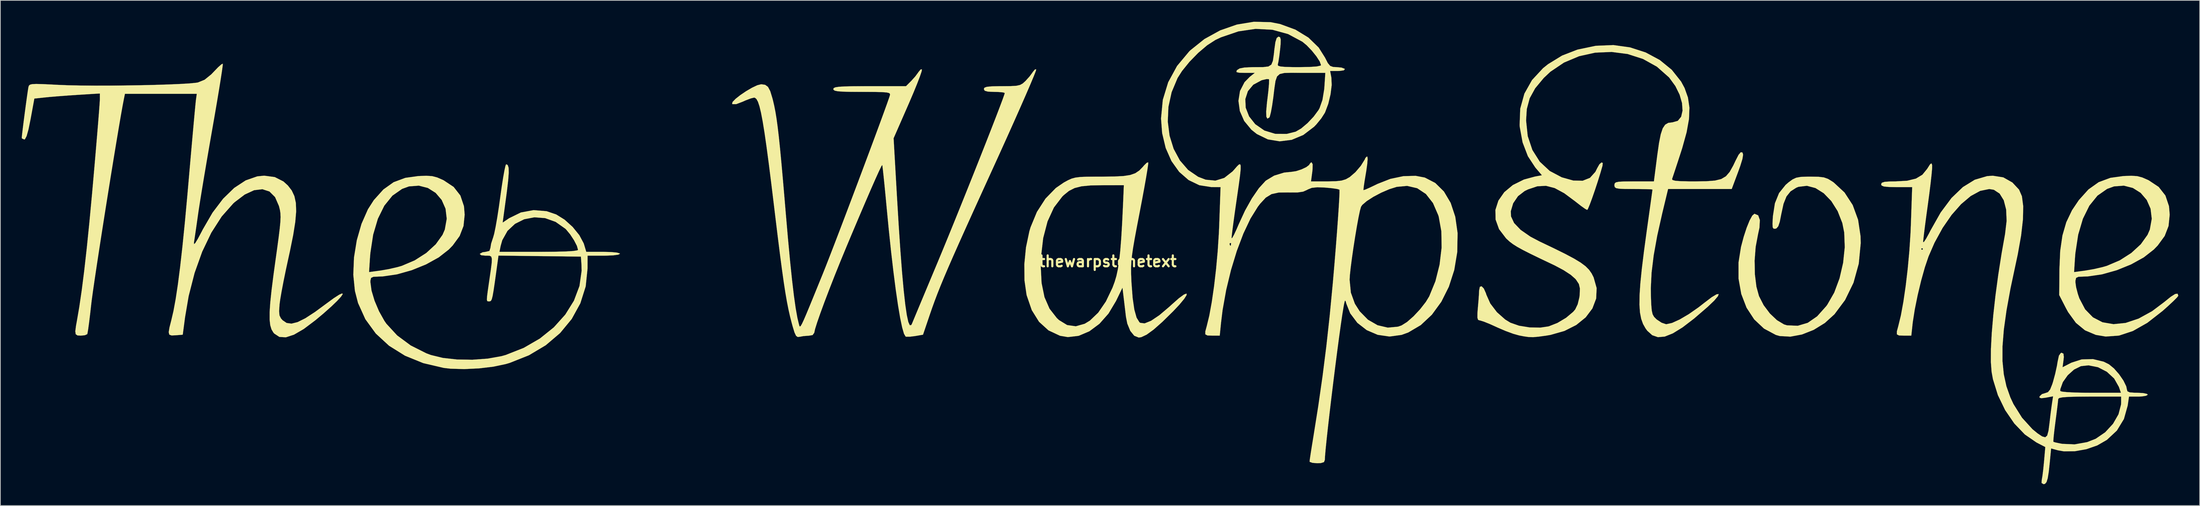
<source format=kicad_pcb>
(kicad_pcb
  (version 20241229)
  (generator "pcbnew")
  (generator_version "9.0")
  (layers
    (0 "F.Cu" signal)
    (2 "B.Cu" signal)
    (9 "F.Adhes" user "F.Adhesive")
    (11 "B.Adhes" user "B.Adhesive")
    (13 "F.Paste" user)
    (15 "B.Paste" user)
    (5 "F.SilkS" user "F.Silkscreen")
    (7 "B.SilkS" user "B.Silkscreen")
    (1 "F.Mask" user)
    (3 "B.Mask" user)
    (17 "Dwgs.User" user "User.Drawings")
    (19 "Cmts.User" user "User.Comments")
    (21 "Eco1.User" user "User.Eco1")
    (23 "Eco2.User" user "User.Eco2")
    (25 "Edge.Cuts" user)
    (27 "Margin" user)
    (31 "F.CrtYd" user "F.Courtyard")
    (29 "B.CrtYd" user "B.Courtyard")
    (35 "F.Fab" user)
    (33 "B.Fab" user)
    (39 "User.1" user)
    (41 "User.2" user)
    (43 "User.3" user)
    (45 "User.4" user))
  (footprint "thewarpstonetext"
    (layer "F.Cu")
    (at 152.405 33.648)
    (property "Reference" "thewarpstonetext" (at 0 0 0) (layer "F.SilkS") (effects (font (size 1.524 1.524) (thickness 0.3))))
    (attr through_hole)
    (fp_poly (pts (xy 99.76 -11.878) (xy 100.514 -11.788) (xy 101.103 -11.579) (xy 101.714 -11.205) (xy 101.908 -11.069) (xy 103.419 -9.669) (xy 104.564 -7.91) (xy 105.321 -5.839) (xy 105.669 -3.505) (xy 105.689 -2.54) (xy 105.413 0.327) (xy 104.675 3) (xy 103.493 5.427) (xy 102.008 7.422) (xy 100.654 8.651) (xy 99.095 9.612) (xy 97.445 10.264) (xy 95.817 10.568) (xy 94.325 10.483) (xy 93.779 10.327) (xy 92.118 9.439) (xy 90.74 8.144) (xy 89.669 6.506) (xy 88.93 4.584) (xy 88.547 2.441) (xy 88.545 0.139) (xy 88.889 -2.023) (xy 89.267 -3.446) (xy 89.681 -4.715) (xy 90.096 -5.738) (xy 90.472 -6.426) (xy 90.775 -6.684) (xy 90.781 -6.684) (xy 91.301 -6.461) (xy 91.535 -5.804) (xy 91.478 -4.733) (xy 91.276 -3.794) (xy 90.945 -2.033) (xy 90.799 -0.108) (xy 90.835 1.813) (xy 91.051 3.557) (xy 91.413 4.876) (xy 92.067 6.155) (xy 92.945 7.322) (xy 93.936 8.26) (xy 94.929 8.855) (xy 95.343 8.979) (xy 96.856 9.043) (xy 98.255 8.629) (xy 99.573 7.719) (xy 100.847 6.295) (xy 101.006 6.078) (xy 101.974 4.386) (xy 102.722 2.376) (xy 103.224 0.199) (xy 103.452 -1.991) (xy 103.377 -4.042) (xy 103.112 -5.379) (xy 102.452 -7.058) (xy 101.561 -8.47) (xy 100.502 -9.565) (xy 99.338 -10.296) (xy 98.133 -10.613) (xy 96.951 -10.468) (xy 96.637 -10.34) (xy 95.842 -9.831) (xy 95.269 -9.114) (xy 94.855 -8.081) (xy 94.54 -6.628) (xy 94.331 -5.564) (xy 94.12 -4.933) (xy 93.867 -4.637) (xy 93.724 -4.585) (xy 93.472 -4.584) (xy 93.34 -4.773) (xy 93.309 -5.262) (xy 93.355 -6.157) (xy 93.369 -6.356) (xy 93.649 -8.159) (xy 94.228 -9.588) (xy 95.151 -10.74) (xy 95.542 -11.079) (xy 96.112 -11.498) (xy 96.632 -11.743) (xy 97.276 -11.861) (xy 98.219 -11.896) (xy 98.657 -11.898) (xy 99.76 -11.878)) (stroke (width 0.01) (type solid)) (fill yes) (layer "F.SilkS"))
    (fp_poly (pts (xy 144.493 -11.967) (xy 145.199 -11.782) (xy 146.006 -11.429) (xy 146.112 -11.377) (xy 147.508 -10.45) (xy 148.451 -9.247) (xy 148.955 -7.745) (xy 149.054 -6.554) (xy 148.89 -4.963) (xy 148.35 -3.565) (xy 147.374 -2.231) (xy 146.83 -1.668) (xy 145.418 -0.564) (xy 143.63 0.426) (xy 141.619 1.241) (xy 139.541 1.824) (xy 137.551 2.113) (xy 136.959 2.134) (xy 136.246 2.165) (xy 135.918 2.318) (xy 135.827 2.698) (xy 135.823 2.931) (xy 135.918 3.627) (xy 136.16 4.563) (xy 136.369 5.183) (xy 137.185 6.735) (xy 138.282 7.859) (xy 139.622 8.553) (xy 141.162 8.816) (xy 142.862 8.645) (xy 144.682 8.039) (xy 146.58 6.996) (xy 148.274 5.723) (xy 149.209 4.969) (xy 149.82 4.581) (xy 150.155 4.536) (xy 150.261 4.815) (xy 150.261 4.831) (xy 150.072 5.076) (xy 149.559 5.589) (xy 148.805 6.291) (xy 148.055 6.96) (xy 145.917 8.626) (xy 143.886 9.776) (xy 141.945 10.418) (xy 140.079 10.555) (xy 138.688 10.322) (xy 137.168 9.679) (xy 135.889 8.627) (xy 134.794 7.118) (xy 134.486 6.553) (xy 133.551 4.731) (xy 133.575 1.505) (xy 135.634 1.505) (xy 137.266 1.284) (xy 138.436 1.08) (xy 139.641 0.801) (xy 140.235 0.629) (xy 142.046 -0.141) (xy 143.666 -1.177) (xy 144.998 -2.399) (xy 145.946 -3.724) (xy 146.268 -4.465) (xy 146.54 -5.987) (xy 146.372 -7.396) (xy 145.829 -8.627) (xy 144.979 -9.62) (xy 143.886 -10.309) (xy 142.618 -10.633) (xy 141.241 -10.528) (xy 140.275 -10.179) (xy 138.917 -9.23) (xy 137.777 -7.819) (xy 136.87 -5.981) (xy 136.21 -3.748) (xy 135.815 -1.155) (xy 135.754 -0.384) (xy 135.634 1.505) (xy 133.575 1.505) (xy 133.578 1.096) (xy 133.689 -1.468) (xy 134.001 -3.631) (xy 134.543 -5.499) (xy 135.345 -7.177) (xy 136.303 -8.599) (xy 137.649 -10.095) (xy 139.086 -11.117) (xy 140.727 -11.727) (xy 142.538 -11.978) (xy 143.676 -12.021) (xy 144.493 -11.967)) (stroke (width 0.01) (type solid)) (fill yes) (layer "F.SilkS"))
    (fp_poly (pts (xy 5.684 -13.615) (xy 5.577 -12.874) (xy 5.391 -11.749) (xy 5.136 -10.312) (xy 4.826 -8.633) (xy 4.505 -6.952) (xy 4.101 -4.855) (xy 3.791 -3.193) (xy 3.565 -1.876) (xy 3.413 -0.816) (xy 3.323 0.077) (xy 3.286 0.892) (xy 3.291 1.719) (xy 3.327 2.647) (xy 3.345 3.004) (xy 3.507 5.147) (xy 3.744 6.775) (xy 4.06 7.904) (xy 4.458 8.547) (xy 4.568 8.631) (xy 5.186 8.708) (xy 6.088 8.347) (xy 7.261 7.556) (xy 8.692 6.343) (xy 8.948 6.106) (xy 9.99 5.186) (xy 10.698 4.664) (xy 11.066 4.516) (xy 11.086 4.72) (xy 10.752 5.252) (xy 10.059 6.087) (xy 9.19 7.009) (xy 7.674 8.497) (xy 6.445 9.582) (xy 5.469 10.289) (xy 4.715 10.642) (xy 4.368 10.695) (xy 3.734 10.444) (xy 3.178 9.76) (xy 2.759 8.743) (xy 2.569 7.782) (xy 2.447 6.745) (xy 2.307 5.567) (xy 2.253 5.119) (xy 2.081 3.688) (xy 1.176 5.558) (xy 0.118 7.328) (xy -1.151 8.761) (xy -2.567 9.815) (xy -4.067 10.452) (xy -5.584 10.631) (xy -6.686 10.445) (xy -8.306 9.685) (xy -9.629 8.483) (xy -10.648 6.848) (xy -11.357 4.785) (xy -11.383 4.679) (xy -11.67 2.678) (xy -11.691 0.645) (xy -9.394 0.645) (xy -9.273 3.037) (xy -8.868 5.019) (xy -8.16 6.642) (xy -7.131 7.961) (xy -6.824 8.247) (xy -5.685 8.944) (xy -4.474 9.115) (xy -3.22 8.761) (xy -2.497 8.323) (xy -1.323 7.2) (xy -0.246 5.63) (xy 0.679 3.7) (xy 0.984 2.879) (xy 1.23 2.053) (xy 1.439 1.087) (xy 1.618 -0.082) (xy 1.774 -1.517) (xy 1.912 -3.281) (xy 2.039 -5.435) (xy 2.162 -8.044) (xy 2.198 -8.891) (xy 2.273 -10.696) (xy -0.744 -10.695) (xy -2.415 -10.662) (xy -3.674 -10.54) (xy -4.637 -10.297) (xy -5.423 -9.898) (xy -6.151 -9.309) (xy -6.37 -9.096) (xy -7.541 -7.566) (xy -8.438 -5.611) (xy -9.048 -3.275) (xy -9.357 -0.599) (xy -9.394 0.645) (xy -11.691 0.645) (xy -11.693 0.404) (xy -11.462 -1.957) (xy -10.988 -4.219) (xy -10.821 -4.785) (xy -9.927 -6.944) (xy -8.724 -8.81) (xy -7.273 -10.301) (xy -6.149 -11.073) (xy -5.56 -11.394) (xy -5.056 -11.619) (xy -4.525 -11.764) (xy -3.855 -11.848) (xy -2.934 -11.886) (xy -1.648 -11.897) (xy -0.791 -11.898) (xy 0.933 -11.915) (xy 2.219 -11.982) (xy 3.168 -12.127) (xy 3.875 -12.375) (xy 4.438 -12.753) (xy 4.957 -13.287) (xy 5.119 -13.482) (xy 5.49 -13.845) (xy 5.698 -13.903) (xy 5.684 -13.615)) (stroke (width 0.01) (type solid)) (fill yes) (layer "F.SilkS"))
    (fp_poly (pts (xy -84.199 -13.526) (xy -84.077 -13.158) (xy -84.055 -12.47) (xy -84.132 -11.403) (xy -84.308 -9.894) (xy -84.407 -9.147) (xy -84.91 -5.44) (xy -83.999 -6.058) (xy -82.353 -6.865) (xy -80.563 -7.197) (xy -78.746 -7.045) (xy -77.393 -6.586) (xy -76.217 -5.855) (xy -75.088 -4.835) (xy -74.149 -3.681) (xy -73.542 -2.545) (xy -73.483 -2.368) (xy -73.174 -1.337) (xy -70.81 -1.337) (xy -69.672 -1.308) (xy -68.862 -1.23) (xy -68.469 -1.111) (xy -68.446 -1.069) (xy -68.698 -0.939) (xy -69.389 -0.847) (xy -70.426 -0.804) (xy -70.719 -0.802) (xy -72.992 -0.802) (xy -72.995 1.003) (xy -73.256 3.517) (xy -74.008 5.892) (xy -75.216 8.087) (xy -76.844 10.061) (xy -78.858 11.773) (xy -81.223 13.183) (xy -83.903 14.248) (xy -84.493 14.422) (xy -86.224 14.786) (xy -88.232 15.024) (xy -90.299 15.123) (xy -92.207 15.069) (xy -93.168 14.96) (xy -96.046 14.289) (xy -98.617 13.242) (xy -100.851 11.846) (xy -102.715 10.129) (xy -104.177 8.12) (xy -105.205 5.846) (xy -105.643 4.144) (xy -105.87 1.874) (xy -105.855 1.505) (xy -103.66 1.505) (xy -102.029 1.284) (xy -100.858 1.08) (xy -99.654 0.801) (xy -99.06 0.629) (xy -97.249 -0.141) (xy -95.629 -1.177) (xy -94.297 -2.399) (xy -93.348 -3.724) (xy -93.026 -4.465) (xy -92.755 -5.987) (xy -92.923 -7.396) (xy -93.466 -8.627) (xy -94.316 -9.62) (xy -95.408 -10.309) (xy -96.676 -10.633) (xy -98.054 -10.528) (xy -99.02 -10.179) (xy -100.378 -9.23) (xy -101.518 -7.819) (xy -102.425 -5.981) (xy -103.085 -3.748) (xy -103.48 -1.155) (xy -103.54 -0.384) (xy -103.66 1.505) (xy -105.855 1.505) (xy -105.772 -0.541) (xy -105.379 -2.967) (xy -104.719 -5.267) (xy -103.82 -7.306) (xy -102.992 -8.599) (xy -101.646 -10.095) (xy -100.209 -11.117) (xy -98.568 -11.727) (xy -96.757 -11.978) (xy -95.619 -12.021) (xy -94.802 -11.967) (xy -94.095 -11.782) (xy -93.288 -11.429) (xy -93.183 -11.377) (xy -91.787 -10.45) (xy -90.844 -9.247) (xy -90.34 -7.745) (xy -90.241 -6.554) (xy -90.405 -4.963) (xy -90.945 -3.565) (xy -91.921 -2.231) (xy -92.465 -1.668) (xy -93.876 -0.564) (xy -95.665 0.426) (xy -97.676 1.241) (xy -99.754 1.824) (xy -101.744 2.113) (xy -102.335 2.134) (xy -103.049 2.165) (xy -103.377 2.318) (xy -103.468 2.696) (xy -103.472 2.913) (xy -103.314 4.102) (xy -102.889 5.525) (xy -102.264 7) (xy -101.51 8.347) (xy -101.229 8.753) (xy -99.718 10.396) (xy -97.81 11.808) (xy -95.622 12.908) (xy -94.987 13.145) (xy -93.307 13.555) (xy -91.302 13.777) (xy -89.148 13.81) (xy -87.02 13.656) (xy -85.095 13.314) (xy -84.488 13.146) (xy -81.953 12.148) (xy -79.685 10.836) (xy -77.727 9.262) (xy -76.12 7.474) (xy -74.905 5.523) (xy -74.126 3.457) (xy -73.824 1.327) (xy -73.844 0.494) (xy -73.927 -0.668) (xy -79.711 -0.74) (xy -85.495 -0.812) (xy -85.8 1.399) (xy -86.02 2.978) (xy -86.187 4.105) (xy -86.318 4.854) (xy -86.432 5.303) (xy -86.546 5.528) (xy -86.678 5.607) (xy -86.785 5.615) (xy -86.967 5.616) (xy -87.08 5.559) (xy -87.123 5.356) (xy -87.095 4.916) (xy -86.997 4.151) (xy -86.827 2.971) (xy -86.764 2.54) (xy -86.564 1.157) (xy -86.445 0.219) (xy -86.422 -0.36) (xy -86.509 -0.667) (xy -86.72 -0.786) (xy -87.068 -0.804) (xy -87.312 -0.802) (xy -87.92 -0.865) (xy -88.113 -1.033) (xy -88.098 -1.069) (xy -87.729 -1.276) (xy -87.28 -1.337) (xy -85.357 -1.337) (xy -79.843 -1.337) (xy -77.717 -1.35) (xy -76.1 -1.39) (xy -74.999 -1.456) (xy -74.421 -1.549) (xy -74.328 -1.615) (xy -74.487 -2.179) (xy -74.891 -2.965) (xy -75.433 -3.791) (xy -76.004 -4.48) (xy -76.109 -4.582) (xy -77.475 -5.546) (xy -78.951 -6.074) (xy -80.45 -6.189) (xy -81.887 -5.914) (xy -83.176 -5.271) (xy -84.23 -4.283) (xy -84.964 -2.973) (xy -85.19 -2.175) (xy -85.357 -1.337) (xy -87.28 -1.337) (xy -86.765 -1.467) (xy -86.627 -1.88) (xy -86.526 -2.495) (xy -86.278 -3.259) (xy -86.253 -3.32) (xy -86.095 -3.876) (xy -85.893 -4.857) (xy -85.666 -6.153) (xy -85.433 -7.66) (xy -85.257 -8.926) (xy -85.045 -10.441) (xy -84.84 -11.753) (xy -84.656 -12.779) (xy -84.509 -13.433) (xy -84.42 -13.636) (xy -84.199 -13.526)) (stroke (width 0.01) (type solid)) (fill yes) (layer "F.SilkS"))
    (fp_poly (pts (xy -124.203 -27.474) (xy -124.304 -26.727) (xy -124.48 -25.576) (xy -124.721 -24.084) (xy -125.017 -22.312) (xy -125.358 -20.321) (xy -125.642 -18.697) (xy -126.041 -16.411) (xy -126.431 -14.148) (xy -126.795 -11.998) (xy -127.118 -10.053) (xy -127.385 -8.405) (xy -127.581 -7.145) (xy -127.648 -6.684) (xy -127.835 -5.36) (xy -128.011 -4.141) (xy -128.154 -3.178) (xy -128.231 -2.683) (xy -128.227 -2.414) (xy -128.051 -2.568) (xy -127.688 -3.165) (xy -127.124 -4.226) (xy -126.994 -4.48) (xy -125.626 -6.84) (xy -124.145 -8.793) (xy -122.584 -10.312) (xy -120.974 -11.369) (xy -119.346 -11.937) (xy -118.378 -12.032) (xy -116.89 -11.835) (xy -115.672 -11.216) (xy -115.053 -10.653) (xy -114.512 -9.955) (xy -114.138 -9.159) (xy -113.931 -8.201) (xy -113.89 -7.016) (xy -114.015 -5.54) (xy -114.306 -3.707) (xy -114.761 -1.454) (xy -114.963 -0.535) (xy -115.328 1.15) (xy -115.661 2.776) (xy -115.936 4.225) (xy -116.133 5.377) (xy -116.223 6.047) (xy -116.286 6.994) (xy -116.232 7.588) (xy -116.026 8.005) (xy -115.788 8.27) (xy -115.227 8.65) (xy -114.542 8.742) (xy -113.683 8.526) (xy -112.597 7.985) (xy -111.234 7.097) (xy -109.762 6.013) (xy -108.621 5.176) (xy -107.851 4.68) (xy -107.435 4.496) (xy -107.355 4.598) (xy -107.595 4.957) (xy -108.136 5.548) (xy -108.961 6.342) (xy -110.053 7.312) (xy -111.177 8.253) (xy -112.824 9.493) (xy -114.202 10.293) (xy -115.335 10.661) (xy -116.249 10.605) (xy -116.969 10.13) (xy -117.088 9.99) (xy -117.349 9.551) (xy -117.525 8.968) (xy -117.613 8.182) (xy -117.613 7.137) (xy -117.522 5.775) (xy -117.34 4.039) (xy -117.066 1.871) (xy -116.841 0.234) (xy -116.555 -1.814) (xy -116.341 -3.408) (xy -116.193 -4.623) (xy -116.106 -5.534) (xy -116.075 -6.216) (xy -116.095 -6.744) (xy -116.162 -7.194) (xy -116.27 -7.64) (xy -116.309 -7.784) (xy -116.851 -9.027) (xy -117.635 -9.81) (xy -118.629 -10.132) (xy -119.796 -9.991) (xy -121.105 -9.386) (xy -122.519 -8.314) (xy -122.726 -8.126) (xy -124.34 -6.303) (xy -125.8 -4.027) (xy -127.078 -1.363) (xy -128.146 1.623) (xy -128.977 4.866) (xy -129.483 7.835) (xy -129.807 10.294) (xy -130.81 10.377) (xy -131.379 10.4) (xy -131.692 10.287) (xy -131.778 9.941) (xy -131.665 9.265) (xy -131.418 8.298) (xy -131.106 6.96) (xy -130.798 5.282) (xy -130.488 3.235) (xy -130.173 0.789) (xy -129.849 -2.088) (xy -129.512 -5.426) (xy -129.159 -9.255) (xy -129.01 -10.962) (xy -128.803 -13.347) (xy -128.606 -15.593) (xy -128.425 -17.637) (xy -128.265 -19.419) (xy -128.132 -20.875) (xy -128.031 -21.943) (xy -127.968 -22.562) (xy -127.956 -22.659) (xy -127.836 -23.528) (xy -137.92 -23.528) (xy -138.07 -22.793) (xy -138.253 -21.834) (xy -138.503 -20.429) (xy -138.807 -18.648) (xy -139.156 -16.562) (xy -139.538 -14.243) (xy -139.941 -11.761) (xy -140.354 -9.188) (xy -140.766 -6.595) (xy -141.165 -4.052) (xy -141.541 -1.63) (xy -141.881 0.599) (xy -142.175 2.564) (xy -142.412 4.195) (xy -142.58 5.42) (xy -142.651 6.008) (xy -142.81 7.419) (xy -142.961 8.641) (xy -143.089 9.575) (xy -143.183 10.122) (xy -143.212 10.219) (xy -143.545 10.369) (xy -144.127 10.427) (xy -144.585 10.395) (xy -144.828 10.226) (xy -144.886 9.812) (xy -144.787 9.047) (xy -144.668 8.392) (xy -144.323 6.386) (xy -143.979 4.035) (xy -143.632 1.302) (xy -143.277 -1.847) (xy -142.911 -5.448) (xy -142.529 -9.535) (xy -142.384 -11.172) (xy -142.177 -13.548) (xy -141.986 -15.782) (xy -141.815 -17.814) (xy -141.67 -19.58) (xy -141.556 -21.019) (xy -141.478 -22.07) (xy -141.44 -22.671) (xy -141.438 -22.759) (xy -141.438 -23.573) (xy -144.446 -23.386) (xy -145.86 -23.291) (xy -147.264 -23.186) (xy -148.46 -23.086) (xy -149.044 -23.029) (xy -150.634 -22.86) (xy -151.161 -19.986) (xy -151.457 -18.531) (xy -151.72 -17.592) (xy -151.954 -17.152) (xy -152.043 -17.112) (xy -152.37 -17.258) (xy -152.4 -17.355) (xy -152.366 -17.732) (xy -152.274 -18.509) (xy -152.143 -19.561) (xy -151.988 -20.758) (xy -151.826 -21.973) (xy -151.674 -23.077) (xy -151.549 -23.943) (xy -151.469 -24.443) (xy -151.464 -24.464) (xy -151.401 -24.667) (xy -151.253 -24.804) (xy -150.94 -24.884) (xy -150.382 -24.91) (xy -149.497 -24.89) (xy -148.205 -24.83) (xy -147.265 -24.78) (xy -145.851 -24.725) (xy -144.125 -24.691) (xy -142.169 -24.676) (xy -140.063 -24.679) (xy -137.889 -24.698) (xy -135.726 -24.732) (xy -133.655 -24.78) (xy -131.759 -24.84) (xy -130.117 -24.91) (xy -128.81 -24.99) (xy -127.919 -25.079) (xy -127.668 -25.122) (xy -126.741 -25.499) (xy -125.809 -26.251) (xy -125.454 -26.622) (xy -124.848 -27.25) (xy -124.389 -27.658) (xy -124.187 -27.756) (xy -124.203 -27.474)) (stroke (width 0.01) (type solid)) (fill yes) (layer "F.SilkS"))
    (fp_poly (pts (xy 115.706 -13.547) (xy 115.717 -13.474) (xy 115.707 -13.037) (xy 115.63 -12.167) (xy 115.496 -10.958) (xy 115.316 -9.506) (xy 115.116 -8.014) (xy 114.899 -6.433) (xy 114.712 -5.019) (xy 114.567 -3.861) (xy 114.474 -3.054) (xy 114.445 -2.695) (xy 114.557 -2.722) (xy 114.846 -3.149) (xy 115.26 -3.895) (xy 115.482 -4.331) (xy 116.911 -6.859) (xy 118.431 -8.896) (xy 120.031 -10.433) (xy 121.701 -11.461) (xy 123.429 -11.969) (xy 124.22 -12.026) (xy 125.701 -11.793) (xy 126.976 -11.072) (xy 127.911 -10.073) (xy 128.314 -9.14) (xy 128.496 -7.742) (xy 128.458 -5.902) (xy 128.202 -3.642) (xy 127.729 -0.983) (xy 127.461 0.267) (xy 126.711 3.797) (xy 126.15 6.882) (xy 125.775 9.576) (xy 125.588 11.933) (xy 125.586 14.008) (xy 125.77 15.857) (xy 126.137 17.532) (xy 126.687 19.09) (xy 127.13 20.041) (xy 128.331 21.957) (xy 129.793 23.563) (xy 130.505 24.146) (xy 131.154 24.581) (xy 131.587 24.702) (xy 131.864 24.455) (xy 132.047 23.784) (xy 132.196 22.635) (xy 132.197 22.627) (xy 132.323 21.541) (xy 132.457 20.499) (xy 132.533 19.967) (xy 132.689 18.945) (xy 131.682 19.134) (xy 131.028 19.219) (xy 130.783 19.127) (xy 130.796 18.953) (xy 131.129 18.637) (xy 131.566 18.503) (xy 131.97 18.364) (xy 132.104 18.198) (xy 133.684 18.198) (xy 133.939 18.288) (xy 134.654 18.362) (xy 135.754 18.416) (xy 137.164 18.445) (xy 137.948 18.448) (xy 142.212 18.448) (xy 141.923 17.62) (xy 141.259 16.445) (xy 140.237 15.5) (xy 138.992 14.859) (xy 137.659 14.595) (xy 136.591 14.712) (xy 135.63 15.188) (xy 134.742 15.987) (xy 134.058 16.952) (xy 133.706 17.929) (xy 133.684 18.198) (xy 132.104 18.198) (xy 132.278 17.985) (xy 132.575 17.243) (xy 132.684 16.898) (xy 132.985 15.79) (xy 133.234 14.647) (xy 133.322 14.104) (xy 133.508 13.235) (xy 133.779 12.857) (xy 133.889 12.834) (xy 134.143 12.96) (xy 134.197 13.419) (xy 134.153 13.85) (xy 134.017 14.867) (xy 135.254 14.229) (xy 136.697 13.765) (xy 138.273 13.72) (xy 139.795 14.087) (xy 140.528 14.454) (xy 141.235 15.035) (xy 141.951 15.85) (xy 142.563 16.741) (xy 142.957 17.549) (xy 143.042 17.966) (xy 143.124 18.247) (xy 143.45 18.394) (xy 144.142 18.445) (xy 144.513 18.448) (xy 145.318 18.492) (xy 145.852 18.606) (xy 145.983 18.716) (xy 145.743 18.869) (xy 145.129 18.966) (xy 144.663 18.983) (xy 143.342 18.983) (xy 143.157 20.253) (xy 142.628 22.135) (xy 141.644 23.752) (xy 140.235 25.065) (xy 138.885 25.841) (xy 137.364 26.37) (xy 135.743 26.657) (xy 134.222 26.675) (xy 133.382 26.531) (xy 132.41 26.263) (xy 132.228 28.171) (xy 132.081 29.534) (xy 131.936 30.445) (xy 131.768 30.985) (xy 131.556 31.235) (xy 131.354 31.282) (xy 131.073 31.113) (xy 131.101 30.681) (xy 131.196 30.123) (xy 131.309 29.219) (xy 131.415 28.158) (xy 131.422 28.074) (xy 131.596 26.068) (xy 130.347 25.419) (xy 129.974 25.162) (xy 132.724 25.162) (xy 132.729 25.336) (xy 133.016 25.426) (xy 133.648 25.559) (xy 133.981 25.62) (xy 135.709 25.694) (xy 137.476 25.378) (xy 138.667 24.91) (xy 140.004 23.996) (xy 141.1 22.808) (xy 141.87 21.471) (xy 142.226 20.108) (xy 142.24 19.794) (xy 142.24 18.983) (xy 137.828 18.983) (xy 136.102 18.993) (xy 134.853 19.027) (xy 134.025 19.088) (xy 133.563 19.18) (xy 133.409 19.309) (xy 133.408 19.317) (xy 133.371 19.709) (xy 133.277 20.503) (xy 133.141 21.573) (xy 133.025 22.454) (xy 132.878 23.611) (xy 132.774 24.551) (xy 132.724 25.162) (xy 129.974 25.162) (xy 128.728 24.304) (xy 127.244 22.759) (xy 125.961 20.885) (xy 124.942 18.782) (xy 124.25 16.55) (xy 124.06 15.512) (xy 123.957 14.123) (xy 123.967 12.284) (xy 124.083 10.068) (xy 124.297 7.549) (xy 124.604 4.797) (xy 124.996 1.885) (xy 125.465 -1.114) (xy 125.951 -3.846) (xy 126.169 -5.687) (xy 126.101 -7.282) (xy 125.767 -8.577) (xy 125.185 -9.519) (xy 124.375 -10.054) (xy 123.725 -10.157) (xy 122.462 -9.902) (xy 121.13 -9.176) (xy 119.775 -8.033) (xy 118.445 -6.524) (xy 117.186 -4.701) (xy 116.045 -2.617) (xy 115.207 -0.69) (xy 114.691 0.835) (xy 114.168 2.706) (xy 113.682 4.735) (xy 113.277 6.736) (xy 112.997 8.522) (xy 112.955 8.89) (xy 112.791 10.427) (xy 111.741 10.427) (xy 111.067 10.404) (xy 110.766 10.247) (xy 110.764 9.828) (xy 110.964 9.089) (xy 111.328 7.594) (xy 111.679 5.677) (xy 112.004 3.453) (xy 112.289 1.034) (xy 112.519 -1.466) (xy 112.536 -1.738) (xy 114.166 -1.738) (xy 114.3 -1.604) (xy 114.434 -1.738) (xy 114.3 -1.872) (xy 114.166 -1.738) (xy 112.536 -1.738) (xy 112.68 -3.934) (xy 112.729 -5.086) (xy 112.913 -10.427) (xy 110.732 -10.427) (xy 109.622 -10.446) (xy 108.952 -10.512) (xy 108.627 -10.644) (xy 108.552 -10.828) (xy 108.656 -11.04) (xy 109.035 -11.164) (xy 109.784 -11.22) (xy 110.565 -11.229) (xy 112.209 -11.321) (xy 113.438 -11.62) (xy 114.344 -12.164) (xy 115.017 -12.989) (xy 115.037 -13.021) (xy 115.41 -13.609) (xy 115.609 -13.769) (xy 115.706 -13.547)) (stroke (width 0.01) (type solid)) (fill yes) (layer "F.SilkS"))
    (fp_poly (pts (xy -10.098 -26.687) (xy -10.377 -25.977) (xy -10.84 -24.87) (xy -11.469 -23.412) (xy -12.243 -21.646) (xy -13.143 -19.619) (xy -14.15 -17.373) (xy -15.243 -14.955) (xy -15.925 -13.457) (xy -17.45 -10.112) (xy -18.77 -7.208) (xy -19.904 -4.7) (xy -20.872 -2.543) (xy -21.693 -0.693) (xy -22.386 0.895) (xy -22.971 2.266) (xy -23.467 3.465) (xy -23.893 4.536) (xy -24.268 5.525) (xy -24.612 6.475) (xy -24.944 7.431) (xy -25.008 7.62) (xy -25.914 10.294) (xy -27.032 10.487) (xy -27.771 10.578) (xy -28.276 10.576) (xy -28.358 10.551) (xy -28.584 10.16) (xy -28.84 9.271) (xy -29.122 7.918) (xy -29.423 6.136) (xy -29.74 3.959) (xy -30.066 1.421) (xy -30.398 -1.441) (xy -30.729 -4.594) (xy -31.006 -7.47) (xy -31.169 -9.198) (xy -31.319 -10.739) (xy -31.45 -12.014) (xy -31.552 -12.948) (xy -31.618 -13.465) (xy -31.635 -13.543) (xy -31.769 -13.337) (xy -32.091 -12.672) (xy -32.585 -11.582) (xy -33.236 -10.104) (xy -34.027 -8.273) (xy -34.945 -6.125) (xy -35.973 -3.694) (xy -36.662 -2.05) (xy -37.504 -0.012) (xy -38.317 2.009) (xy -39.075 3.947) (xy -39.755 5.732) (xy -40.329 7.299) (xy -40.775 8.579) (xy -41.065 9.504) (xy -41.174 10.008) (xy -41.175 10.022) (xy -41.411 10.348) (xy -41.91 10.431) (xy -42.694 10.491) (xy -43.212 10.587) (xy -43.506 10.614) (xy -43.732 10.447) (xy -43.946 9.989) (xy -44.203 9.147) (xy -44.34 8.645) (xy -44.576 7.719) (xy -44.797 6.739) (xy -45.012 5.647) (xy -45.23 4.386) (xy -45.459 2.897) (xy -45.708 1.125) (xy -45.987 -0.989) (xy -46.302 -3.502) (xy -46.664 -6.472) (xy -46.786 -7.486) (xy -47.193 -10.834) (xy -47.552 -13.686) (xy -47.871 -16.078) (xy -48.154 -18.047) (xy -48.41 -19.627) (xy -48.644 -20.855) (xy -48.863 -21.768) (xy -49.074 -22.4) (xy -49.284 -22.789) (xy -49.498 -22.97) (xy -49.62 -22.994) (xy -50.074 -22.885) (xy -50.798 -22.61) (xy -51.22 -22.422) (xy -52.132 -22.075) (xy -52.65 -22.076) (xy -52.703 -22.116) (xy -52.642 -22.384) (xy -52.219 -22.82) (xy -51.547 -23.35) (xy -50.74 -23.895) (xy -49.909 -24.381) (xy -49.17 -24.73) (xy -48.633 -24.866) (xy -48.627 -24.866) (xy -48.074 -24.791) (xy -47.673 -24.502) (xy -47.354 -23.901) (xy -47.046 -22.892) (xy -46.969 -22.593) (xy -46.793 -21.836) (xy -46.629 -21.002) (xy -46.472 -20.036) (xy -46.315 -18.886) (xy -46.152 -17.496) (xy -45.977 -15.814) (xy -45.784 -13.785) (xy -45.567 -11.357) (xy -45.32 -8.475) (xy -45.19 -6.916) (xy -44.871 -3.232) (xy -44.574 -0.061) (xy -44.295 2.619) (xy -44.033 4.828) (xy -43.784 6.587) (xy -43.547 7.918) (xy -43.37 8.666) (xy -43.308 8.909) (xy -43.253 9.087) (xy -43.182 9.154) (xy -43.073 9.065) (xy -42.903 8.774) (xy -42.65 8.235) (xy -42.291 7.403) (xy -41.805 6.233) (xy -41.169 4.678) (xy -40.361 2.693) (xy -39.971 1.738) (xy -39.562 0.712) (xy -39.018 -0.68) (xy -38.363 -2.376) (xy -37.622 -4.311) (xy -36.818 -6.424) (xy -35.975 -8.651) (xy -35.116 -10.928) (xy -34.266 -13.193) (xy -33.447 -15.383) (xy -32.684 -17.433) (xy -32.001 -19.282) (xy -31.421 -20.866) (xy -30.967 -22.122) (xy -30.664 -22.986) (xy -30.554 -23.328) (xy -30.539 -23.507) (xy -30.669 -23.634) (xy -31.016 -23.717) (xy -31.658 -23.766) (xy -32.67 -23.789) (xy -34.126 -23.796) (xy -34.459 -23.796) (xy -36.036 -23.803) (xy -37.152 -23.829) (xy -37.881 -23.883) (xy -38.299 -23.97) (xy -38.477 -24.098) (xy -38.501 -24.197) (xy -38.435 -24.338) (xy -38.192 -24.443) (xy -37.705 -24.515) (xy -36.907 -24.562) (xy -35.733 -24.588) (xy -34.115 -24.597) (xy -33.4 -24.598) (xy -28.3 -24.598) (xy -27.567 -25.333) (xy -27 -25.963) (xy -26.575 -26.539) (xy -26.538 -26.601) (xy -26.245 -26.946) (xy -26.064 -26.955) (xy -26.111 -26.666) (xy -26.347 -25.968) (xy -26.743 -24.937) (xy -27.268 -23.652) (xy -27.893 -22.191) (xy -27.963 -22.031) (xy -30.041 -17.285) (xy -29.572 -9.111) (xy -29.326 -5.029) (xy -29.087 -1.477) (xy -28.855 1.55) (xy -28.628 4.056) (xy -28.407 6.047) (xy -28.191 7.527) (xy -27.979 8.501) (xy -27.77 8.973) (xy -27.565 8.949) (xy -27.464 8.755) (xy -27.332 8.436) (xy -27.019 7.685) (xy -26.55 6.56) (xy -25.949 5.122) (xy -25.242 3.431) (xy -24.454 1.547) (xy -23.862 0.134) (xy -23.145 -1.593) (xy -22.346 -3.539) (xy -21.486 -5.65) (xy -20.59 -7.868) (xy -19.678 -10.138) (xy -18.772 -12.404) (xy -17.896 -14.61) (xy -17.071 -16.699) (xy -16.32 -18.616) (xy -15.664 -20.304) (xy -15.127 -21.707) (xy -14.729 -22.77) (xy -14.494 -23.436) (xy -14.438 -23.642) (xy -14.68 -23.726) (xy -15.304 -23.782) (xy -15.908 -23.796) (xy -16.795 -23.832) (xy -17.252 -23.958) (xy -17.379 -24.197) (xy -17.288 -24.387) (xy -16.957 -24.508) (xy -16.296 -24.573) (xy -15.216 -24.597) (xy -14.818 -24.598) (xy -13.618 -24.607) (xy -12.822 -24.653) (xy -12.298 -24.767) (xy -11.918 -24.976) (xy -11.549 -25.31) (xy -11.525 -25.333) (xy -10.958 -25.963) (xy -10.533 -26.539) (xy -10.496 -26.601) (xy -10.204 -26.947) (xy -10.023 -26.957) (xy -10.098 -26.687)) (stroke (width 0.01) (type solid)) (fill yes) (layer "F.SilkS"))
    (fp_poly (pts (xy 73.313 -30.044) (xy 75.509 -29.333) (xy 77.486 -28.272) (xy 79.169 -26.899) (xy 80.479 -25.25) (xy 80.969 -24.34) (xy 81.441 -23.01) (xy 81.649 -21.588) (xy 81.588 -19.99) (xy 81.254 -18.128) (xy 80.642 -15.919) (xy 80.467 -15.37) (xy 80.044 -14.071) (xy 79.673 -12.942) (xy 79.39 -12.087) (xy 79.228 -11.611) (xy 79.211 -11.564) (xy 79.282 -11.417) (xy 79.667 -11.317) (xy 80.431 -11.258) (xy 81.637 -11.232) (xy 82.338 -11.229) (xy 83.996 -11.249) (xy 85.221 -11.342) (xy 86.113 -11.558) (xy 86.773 -11.949) (xy 87.302 -12.565) (xy 87.802 -13.458) (xy 88.127 -14.143) (xy 88.549 -14.964) (xy 88.857 -15.326) (xy 89.092 -15.289) (xy 89.184 -14.981) (xy 89.086 -14.373) (xy 88.784 -13.396) (xy 88.488 -12.575) (xy 87.586 -10.16) (xy 78.655 -10.16) (xy 77.834 -6.751) (xy 77.129 -3.603) (xy 76.635 -0.857) (xy 76.338 1.571) (xy 76.229 3.765) (xy 76.242 4.841) (xy 76.292 6.075) (xy 76.363 6.896) (xy 76.484 7.427) (xy 76.687 7.79) (xy 77.004 8.109) (xy 77.084 8.178) (xy 77.742 8.613) (xy 78.357 8.82) (xy 78.417 8.823) (xy 79.209 8.647) (xy 80.291 8.156) (xy 81.568 7.404) (xy 82.943 6.444) (xy 83.732 5.827) (xy 84.776 5.034) (xy 85.457 4.627) (xy 85.757 4.583) (xy 85.656 4.882) (xy 85.135 5.502) (xy 84.214 6.383) (xy 82.304 8.028) (xy 80.688 9.264) (xy 79.328 10.103) (xy 78.189 10.558) (xy 77.236 10.642) (xy 76.431 10.366) (xy 75.739 9.744) (xy 75.493 9.412) (xy 75.142 8.79) (xy 74.882 8.066) (xy 74.713 7.187) (xy 74.637 6.099) (xy 74.654 4.752) (xy 74.764 3.09) (xy 74.969 1.063) (xy 75.269 -1.383) (xy 75.664 -4.3) (xy 75.68 -4.412) (xy 75.913 -6.076) (xy 76.119 -7.551) (xy 76.286 -8.758) (xy 76.404 -9.619) (xy 76.463 -10.055) (xy 76.467 -10.093) (xy 76.219 -10.121) (xy 75.549 -10.143) (xy 74.57 -10.157) (xy 73.794 -10.16) (xy 72.577 -10.167) (xy 71.798 -10.202) (xy 71.36 -10.284) (xy 71.166 -10.432) (xy 71.12 -10.666) (xy 71.12 -10.695) (xy 71.156 -10.935) (xy 71.326 -11.09) (xy 71.725 -11.178) (xy 72.45 -11.219) (xy 73.594 -11.229) (xy 73.893 -11.229) (xy 76.666 -11.229) (xy 77.139 -14.906) (xy 77.38 -16.603) (xy 77.624 -17.837) (xy 77.9 -18.675) (xy 78.243 -19.188) (xy 78.683 -19.446) (xy 79.253 -19.518) (xy 79.263 -19.518) (xy 80.019 -19.729) (xy 80.491 -20.306) (xy 80.687 -21.166) (xy 80.613 -22.225) (xy 80.275 -23.402) (xy 79.681 -24.611) (xy 78.836 -25.771) (xy 78.764 -25.852) (xy 77.085 -27.336) (xy 75.13 -28.423) (xy 72.98 -29.114) (xy 70.716 -29.407) (xy 68.418 -29.305) (xy 66.168 -28.807) (xy 64.047 -27.914) (xy 62.135 -26.626) (xy 61.208 -25.755) (xy 60.002 -24.304) (xy 59.23 -22.899) (xy 58.825 -21.386) (xy 58.724 -19.785) (xy 58.955 -17.589) (xy 59.607 -15.641) (xy 60.648 -13.992) (xy 62.048 -12.69) (xy 63.732 -11.8) (xy 65.353 -11.346) (xy 66.666 -11.319) (xy 67.692 -11.726) (xy 68.451 -12.571) (xy 68.71 -13.092) (xy 69.015 -13.631) (xy 69.309 -13.89) (xy 69.483 -13.818) (xy 69.451 -13.435) (xy 69.141 -12.361) (xy 68.769 -11.17) (xy 68.374 -9.969) (xy 67.991 -8.867) (xy 67.66 -7.972) (xy 67.415 -7.39) (xy 67.306 -7.224) (xy 67.012 -7.379) (xy 66.431 -7.791) (xy 65.683 -8.375) (xy 65.625 -8.422) (xy 64.081 -9.569) (xy 62.741 -10.293) (xy 61.512 -10.611) (xy 60.298 -10.543) (xy 59.006 -10.109) (xy 58.53 -9.881) (xy 57.593 -9.158) (xy 56.913 -8.16) (xy 56.583 -7.055) (xy 56.606 -6.322) (xy 57.043 -5.382) (xy 57.967 -4.418) (xy 59.335 -3.468) (xy 60.62 -2.792) (xy 62.647 -1.825) (xy 64.246 -1.034) (xy 65.476 -0.378) (xy 66.398 0.182) (xy 67.073 0.687) (xy 67.56 1.177) (xy 67.921 1.691) (xy 68.202 2.242) (xy 68.628 3.752) (xy 68.559 5.224) (xy 68.033 6.61) (xy 67.09 7.861) (xy 65.769 8.93) (xy 64.109 9.767) (xy 62.149 10.325) (xy 61.582 10.42) (xy 60.491 10.571) (xy 59.732 10.639) (xy 59.105 10.625) (xy 58.414 10.526) (xy 57.767 10.403) (xy 56.938 10.171) (xy 55.853 9.773) (xy 54.729 9.291) (xy 54.597 9.229) (xy 53.624 8.79) (xy 52.802 8.46) (xy 52.276 8.297) (xy 52.204 8.288) (xy 51.99 8.21) (xy 51.893 7.901) (xy 51.899 7.253) (xy 51.963 6.484) (xy 52.051 5.463) (xy 52.113 4.584) (xy 52.135 4.077) (xy 52.237 3.569) (xy 52.483 3.497) (xy 52.795 3.816) (xy 53.091 4.477) (xy 53.149 4.676) (xy 53.704 5.919) (xy 54.634 7.138) (xy 55.795 8.165) (xy 56.522 8.611) (xy 57.734 9.035) (xy 59.213 9.273) (xy 60.713 9.303) (xy 61.898 9.127) (xy 63.125 8.646) (xy 64.34 7.921) (xy 65.33 7.089) (xy 65.621 6.748) (xy 65.969 6.024) (xy 66.208 5.043) (xy 66.251 4.685) (xy 66.28 3.793) (xy 66.136 3.177) (xy 65.751 2.591) (xy 65.639 2.455) (xy 64.992 1.885) (xy 63.977 1.224) (xy 62.729 0.561) (xy 62.602 0.501) (xy 60.771 -0.369) (xy 59.356 -1.055) (xy 58.284 -1.598) (xy 57.485 -2.039) (xy 56.888 -2.416) (xy 56.42 -2.77) (xy 56.012 -3.141) (xy 55.906 -3.246) (xy 54.929 -4.53) (xy 54.444 -5.879) (xy 54.423 -7.231) (xy 54.839 -8.529) (xy 55.662 -9.71) (xy 56.866 -10.716) (xy 58.422 -11.487) (xy 59.953 -11.904) (xy 60.952 -12.09) (xy 60.022 -13.176) (xy 58.979 -14.767) (xy 58.237 -16.703) (xy 57.842 -18.86) (xy 57.819 -19.138) (xy 57.905 -21.44) (xy 58.489 -23.554) (xy 59.559 -25.456) (xy 61.105 -27.123) (xy 61.819 -27.693) (xy 63.779 -28.895) (xy 65.939 -29.732) (xy 68.427 -30.252) (xy 68.579 -30.273) (xy 70.978 -30.37) (xy 73.313 -30.044)) (stroke (width 0.01) (type solid)) (fill yes) (layer "F.SilkS"))
    (fp_poly (pts (xy 22.871 -33.584) (xy 24.197 -33.325) (xy 26.355 -32.533) (xy 28.18 -31.418) (xy 29.617 -30.021) (xy 30.504 -28.612) (xy 30.899 -27.84) (xy 31.235 -27.441) (xy 31.657 -27.292) (xy 32.132 -27.272) (xy 32.822 -27.206) (xy 33.253 -27.043) (xy 33.287 -27.004) (xy 33.166 -26.83) (xy 32.597 -26.743) (xy 32.338 -26.737) (xy 31.223 -26.737) (xy 31.401 -25.784) (xy 31.443 -24.756) (xy 31.283 -23.465) (xy 30.964 -22.126) (xy 30.526 -20.953) (xy 30.469 -20.838) (xy 29.975 -20.068) (xy 29.288 -19.229) (xy 28.975 -18.904) (xy 27.459 -17.748) (xy 25.823 -17.065) (xy 24.141 -16.856) (xy 22.489 -17.127) (xy 20.94 -17.88) (xy 20.176 -18.487) (xy 19.16 -19.719) (xy 18.553 -21.104) (xy 18.357 -22.54) (xy 18.397 -22.79) (xy 19.321 -22.79) (xy 19.373 -21.579) (xy 19.849 -20.355) (xy 20.711 -19.261) (xy 22.001 -18.366) (xy 23.518 -17.905) (xy 25.149 -17.899) (xy 26.389 -18.209) (xy 27.158 -18.654) (xy 28.05 -19.408) (xy 28.911 -20.319) (xy 29.588 -21.236) (xy 29.74 -21.505) (xy 30.149 -22.668) (xy 30.396 -24.178) (xy 30.424 -24.531) (xy 30.55 -26.469) (xy 27.191 -26.469) (xy 25.769 -26.479) (xy 24.788 -26.451) (xy 24.153 -26.306) (xy 23.773 -25.961) (xy 23.555 -25.334) (xy 23.406 -24.344) (xy 23.244 -22.994) (xy 23.082 -21.869) (xy 22.913 -20.943) (xy 22.761 -20.346) (xy 22.695 -20.204) (xy 22.416 -20.041) (xy 22.269 -20.324) (xy 22.253 -21.076) (xy 22.364 -22.319) (xy 22.435 -22.884) (xy 22.565 -23.995) (xy 22.642 -24.893) (xy 22.657 -25.457) (xy 22.632 -25.583) (xy 22.313 -25.598) (xy 21.706 -25.459) (xy 21.58 -25.419) (xy 20.438 -24.803) (xy 19.68 -23.896) (xy 19.321 -22.79) (xy 18.397 -22.79) (xy 18.576 -23.924) (xy 19.211 -25.158) (xy 19.95 -25.911) (xy 20.659 -26.469) (xy 19.254 -26.469) (xy 18.454 -26.488) (xy 18.096 -26.568) (xy 18.088 -26.743) (xy 18.181 -26.871) (xy 18.53 -27.089) (xy 19.195 -27.216) (xy 20.269 -27.268) (xy 20.725 -27.272) (xy 21.846 -27.277) (xy 22.56 -27.361) (xy 22.973 -27.621) (xy 23.193 -28.157) (xy 23.326 -29.069) (xy 23.4 -29.765) (xy 23.544 -30.787) (xy 23.723 -31.355) (xy 23.961 -31.548) (xy 23.992 -31.549) (xy 24.2 -31.467) (xy 24.289 -31.149) (xy 24.271 -30.486) (xy 24.202 -29.765) (xy 24.084 -28.8) (xy 23.965 -28.024) (xy 23.875 -27.626) (xy 23.918 -27.47) (xy 24.24 -27.365) (xy 24.911 -27.303) (xy 26.004 -27.275) (xy 26.842 -27.272) (xy 28.349 -27.296) (xy 29.369 -27.368) (xy 29.883 -27.485) (xy 29.945 -27.558) (xy 29.764 -28.067) (xy 29.294 -28.794) (xy 28.646 -29.599) (xy 27.93 -30.344) (xy 27.329 -30.841) (xy 25.316 -31.92) (xy 23.112 -32.522) (xy 20.773 -32.647) (xy 18.353 -32.293) (xy 15.906 -31.459) (xy 15.114 -31.084) (xy 13.965 -30.342) (xy 12.706 -29.272) (xy 11.482 -28.018) (xy 10.433 -26.723) (xy 9.81 -25.741) (xy 8.978 -23.752) (xy 8.527 -21.69) (xy 8.438 -19.628) (xy 8.689 -17.64) (xy 9.262 -15.797) (xy 10.136 -14.173) (xy 11.291 -12.839) (xy 12.707 -11.87) (xy 13.759 -11.469) (xy 15.121 -11.336) (xy 16.372 -11.72) (xy 17.529 -12.627) (xy 17.764 -12.888) (xy 18.135 -13.316) (xy 18.407 -13.586) (xy 18.585 -13.646) (xy 18.671 -13.446) (xy 18.668 -12.937) (xy 18.579 -12.067) (xy 18.408 -10.786) (xy 18.157 -9.045) (xy 18.047 -8.288) (xy 17.828 -6.756) (xy 17.641 -5.388) (xy 17.496 -4.28) (xy 17.409 -3.529) (xy 17.387 -3.25) (xy 17.483 -3.287) (xy 17.735 -3.738) (xy 18.101 -4.522) (xy 18.398 -5.214) (xy 19.283 -7.131) (xy 20.246 -8.85) (xy 21.221 -10.268) (xy 22.143 -11.279) (xy 22.223 -11.349) (xy 23.371 -12.038) (xy 24.769 -12.467) (xy 25.761 -12.565) (xy 26.44 -12.665) (xy 27.205 -12.912) (xy 27.881 -13.231) (xy 28.291 -13.546) (xy 28.341 -13.666) (xy 28.547 -13.895) (xy 28.618 -13.903) (xy 28.766 -13.654) (xy 28.759 -12.939) (xy 28.717 -12.566) (xy 28.54 -11.229) (xy 30.807 -11.229) (xy 32.003 -11.252) (xy 32.824 -11.341) (xy 33.429 -11.525) (xy 33.976 -11.837) (xy 33.977 -11.837) (xy 34.773 -12.523) (xy 35.535 -13.418) (xy 36.083 -14.301) (xy 36.174 -14.518) (xy 36.378 -14.721) (xy 36.455 -14.687) (xy 36.488 -14.372) (xy 36.43 -13.664) (xy 36.295 -12.693) (xy 36.228 -12.299) (xy 36.058 -11.278) (xy 35.941 -10.485) (xy 35.897 -10.044) (xy 35.903 -9.996) (xy 36.155 -10.074) (xy 36.767 -10.343) (xy 37.619 -10.748) (xy 37.889 -10.881) (xy 39.676 -11.581) (xy 41.504 -11.964) (xy 43.226 -12.011) (xy 44.514 -11.765) (xy 45.977 -11.008) (xy 47.194 -9.809) (xy 48.14 -8.214) (xy 48.786 -6.268) (xy 49.106 -4.018) (xy 49.111 -3.927) (xy 49.063 -1.303) (xy 48.644 1.213) (xy 47.888 3.558) (xy 46.83 5.67) (xy 45.505 7.486) (xy 43.946 8.945) (xy 42.188 9.982) (xy 41.252 10.321) (xy 39.563 10.553) (xy 37.902 10.313) (xy 36.364 9.655) (xy 35.046 8.631) (xy 34.043 7.297) (xy 33.513 5.971) (xy 33.387 5.549) (xy 33.294 5.526) (xy 33.187 5.953) (xy 33.103 6.417) (xy 32.93 7.48) (xy 32.718 8.923) (xy 32.476 10.67) (xy 32.214 12.643) (xy 31.941 14.766) (xy 31.666 16.962) (xy 31.398 19.154) (xy 31.148 21.266) (xy 30.924 23.22) (xy 30.736 24.94) (xy 30.593 26.348) (xy 30.505 27.369) (xy 30.48 27.873) (xy 30.36 28.185) (xy 29.917 28.321) (xy 29.411 28.341) (xy 28.741 28.286) (xy 28.368 28.15) (xy 28.341 28.095) (xy 28.383 27.748) (xy 28.496 26.987) (xy 28.664 25.923) (xy 28.866 24.686) (xy 29.56 20.322) (xy 30.163 16.122) (xy 30.693 11.932) (xy 31.169 7.597) (xy 31.611 2.964) (xy 31.643 2.585) (xy 33.957 2.585) (xy 34.134 4.392) (xy 34.694 5.946) (xy 35.374 7.012) (xy 36.535 8.193) (xy 37.882 8.968) (xy 39.319 9.304) (xy 40.748 9.169) (xy 41.25 8.995) (xy 42.018 8.513) (xy 42.93 7.711) (xy 43.852 6.726) (xy 44.655 5.696) (xy 45.13 4.917) (xy 46.002 2.787) (xy 46.587 0.457) (xy 46.871 -1.925) (xy 46.837 -4.214) (xy 46.468 -6.264) (xy 46.404 -6.475) (xy 45.659 -8.191) (xy 44.664 -9.463) (xy 43.446 -10.271) (xy 42.031 -10.6) (xy 40.577 -10.464) (xy 39.533 -10.137) (xy 38.395 -9.647) (xy 37.296 -9.066) (xy 36.365 -8.468) (xy 35.734 -7.925) (xy 35.558 -7.665) (xy 35.404 -7.116) (xy 35.202 -6.151) (xy 34.971 -4.885) (xy 34.728 -3.432) (xy 34.49 -1.906) (xy 34.277 -0.422) (xy 34.105 0.905) (xy 33.992 1.961) (xy 33.957 2.585) (xy 31.643 2.585) (xy 31.837 0.325) (xy 32.023 -1.959) (xy 32.187 -4.074) (xy 32.324 -5.961) (xy 32.432 -7.561) (xy 32.506 -8.816) (xy 32.542 -9.666) (xy 32.536 -10.054) (xy 32.53 -10.071) (xy 32.201 -10.168) (xy 31.491 -10.272) (xy 30.551 -10.36) (xy 30.53 -10.362) (xy 29.407 -10.404) (xy 28.647 -10.323) (xy 28.09 -10.098) (xy 28.009 -10.047) (xy 27.447 -9.795) (xy 26.658 -9.676) (xy 25.501 -9.672) (xy 25.345 -9.677) (xy 23.998 -9.663) (xy 23.003 -9.447) (xy 22.193 -8.951) (xy 21.401 -8.096) (xy 21.081 -7.677) (xy 20.043 -6.006) (xy 19.046 -3.901) (xy 18.125 -1.464) (xy 17.311 1.206) (xy 16.635 4.005) (xy 16.13 6.835) (xy 15.911 8.623) (xy 15.732 10.427) (xy 14.684 10.427) (xy 14.011 10.404) (xy 13.711 10.247) (xy 13.709 9.828) (xy 13.909 9.089) (xy 14.269 7.608) (xy 14.616 5.703) (xy 14.937 3.486) (xy 15.219 1.068) (xy 15.447 -1.44) (xy 15.509 -2.406) (xy 17.112 -2.406) (xy 17.209 -2.186) (xy 17.29 -2.228) (xy 17.322 -2.545) (xy 17.29 -2.585) (xy 17.131 -2.548) (xy 17.112 -2.406) (xy 15.509 -2.406) (xy 15.608 -3.928) (xy 15.655 -5.013) (xy 15.848 -10.427) (xy 14.541 -10.433) (xy 12.868 -10.693) (xy 11.355 -11.422) (xy 10.039 -12.569) (xy 8.957 -14.084) (xy 8.148 -15.915) (xy 7.648 -18.011) (xy 7.493 -20.063) (xy 7.742 -22.679) (xy 8.498 -25.151) (xy 9.74 -27.434) (xy 11.449 -29.481) (xy 11.603 -29.632) (xy 13.583 -31.216) (xy 15.793 -32.431) (xy 18.141 -33.249) (xy 20.531 -33.643) (xy 22.871 -33.584)) (stroke (width 0.01) (type solid)) (fill yes) (layer "F.SilkS")))
  (gr_rect
    (start -3 -3)
    (end 305.671 67.935)
    (stroke (width 0.1) (type default))
    (fill no)
    (layer "Edge.Cuts")))
</source>
